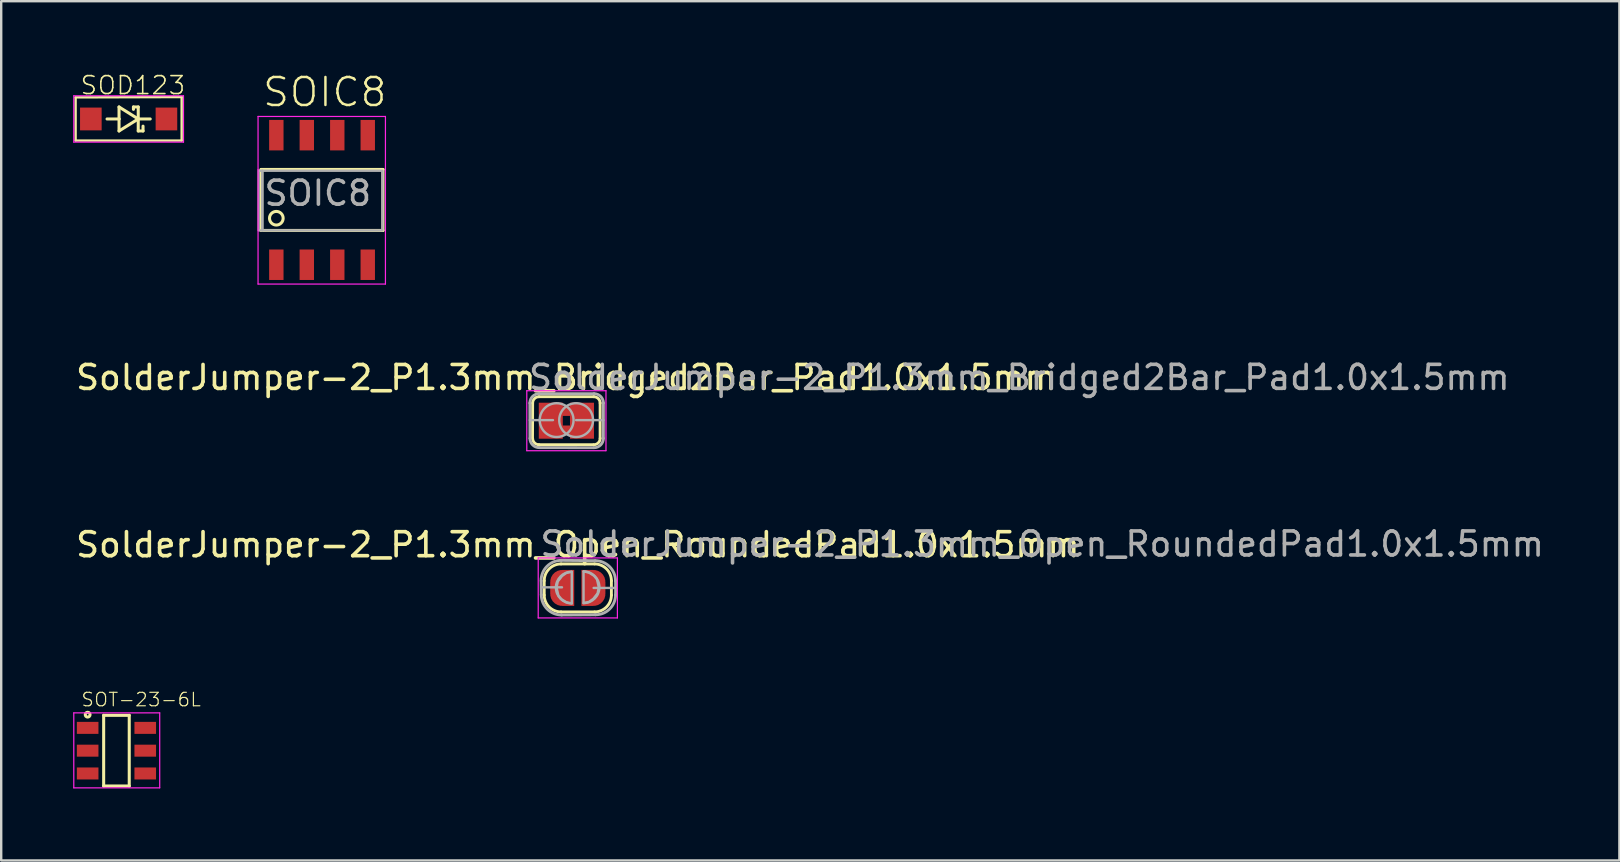
<source format=kicad_pcb>
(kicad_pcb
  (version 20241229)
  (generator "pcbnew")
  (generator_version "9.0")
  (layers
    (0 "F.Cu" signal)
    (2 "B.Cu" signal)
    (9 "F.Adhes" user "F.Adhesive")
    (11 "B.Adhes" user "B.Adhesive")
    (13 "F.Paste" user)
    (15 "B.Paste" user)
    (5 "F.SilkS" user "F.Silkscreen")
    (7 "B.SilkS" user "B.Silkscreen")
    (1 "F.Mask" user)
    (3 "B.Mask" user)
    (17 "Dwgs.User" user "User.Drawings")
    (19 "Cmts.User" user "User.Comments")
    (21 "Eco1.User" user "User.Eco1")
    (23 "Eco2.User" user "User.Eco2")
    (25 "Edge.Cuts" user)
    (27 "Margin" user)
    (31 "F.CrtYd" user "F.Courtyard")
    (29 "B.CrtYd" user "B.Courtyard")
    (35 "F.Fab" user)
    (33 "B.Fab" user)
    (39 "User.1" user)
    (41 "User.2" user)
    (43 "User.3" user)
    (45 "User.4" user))
  (footprint "SolderJumper-2_P1.3mm_Open_RoundedPad1.0x1.5mm"
    (layer "F.Cu")
    (at 21.03 21.452)
    (property "Reference" "SolderJumper-2_P1.3mm_Open_RoundedPad1.0x1.5mm" (at 0 -1.8 0) (layer "F.SilkS") (effects (font (size 1 1) (thickness 0.15))))
    (fp_poly (pts (xy -0.136 0.75) (xy -0.636 0.75) (xy -0.702 0.746) (xy -0.736 0.74) (xy -0.776 0.73) (xy -0.828 0.712) (xy -0.856 0.7) (xy -0.906 0.67) (xy -0.941 0.647) (xy -0.986 0.61) (xy -1.016 0.58) (xy -1.056 0.52) (xy -1.066 0.5) (xy -1.098 0.441) (xy -1.116 0.39) (xy -1.132 0.315) (xy -1.132 -0.315) (xy -1.086 -0.48) (xy -1.033 -0.554) (xy -0.956 -0.64) (xy -0.866 -0.7) (xy -0.766 -0.74) (xy -0.702 -0.746) (xy -0.636 -0.75) (xy -0.136 -0.75)) (stroke (width 0.1) (type solid)) (fill yes) (layer "F.Mask"))
    (fp_poly (pts (xy 0.15 -0.75) (xy 0.65 -0.75) (xy 0.715 -0.746) (xy 0.75 -0.74) (xy 0.79 -0.73) (xy 0.841 -0.712) (xy 0.87 -0.7) (xy 0.92 -0.67) (xy 0.954 -0.647) (xy 1 -0.61) (xy 1.03 -0.58) (xy 1.07 -0.52) (xy 1.08 -0.5) (xy 1.112 -0.441) (xy 1.13 -0.39) (xy 1.146 -0.315) (xy 1.146 0.315) (xy 1.1 0.48) (xy 1.047 0.554) (xy 0.97 0.64) (xy 0.88 0.7) (xy 0.78 0.74) (xy 0.715 0.746) (xy 0.65 0.75) (xy 0.15 0.75)) (stroke (width 0.1) (type solid)) (fill yes) (layer "F.Mask"))
    (fp_line (start -1.4 0.3) (end -1.4 -0.3) (stroke (width 0.12) (type solid)) (layer "F.SilkS"))
    (fp_line (start -0.7 -1) (end 0.7 -1) (stroke (width 0.12) (type solid)) (layer "F.SilkS"))
    (fp_line (start 0.7 1) (end -0.7 1) (stroke (width 0.12) (type solid)) (layer "F.SilkS"))
    (fp_line (start 1.4 -0.3) (end 1.4 0.3) (stroke (width 0.12) (type solid)) (layer "F.SilkS"))
    (fp_arc (start -1.4 -0.3) (mid -1.194975 -0.794975) (end -0.7 -1) (stroke (width 0.12) (type solid)) (layer "F.SilkS"))
    (fp_arc (start -0.7 1) (mid -1.194975 0.794975) (end -1.4 0.3) (stroke (width 0.12) (type solid)) (layer "F.SilkS"))
    (fp_arc (start 0.7 -1) (mid 1.194975 -0.794975) (end 1.4 -0.3) (stroke (width 0.12) (type solid)) (layer "F.SilkS"))
    (fp_arc (start 1.4 0.3) (mid 1.194975 0.794975) (end 0.7 1) (stroke (width 0.12) (type solid)) (layer "F.SilkS"))
    (fp_line (start -1.65 -1.25) (end -1.65 1.25) (stroke (width 0.05) (type solid)) (layer "F.CrtYd"))
    (fp_line (start -1.65 -1.25) (end 1.65 -1.25) (stroke (width 0.05) (type solid)) (layer "F.CrtYd"))
    (fp_line (start 1.65 1.25) (end -1.65 1.25) (stroke (width 0.05) (type solid)) (layer "F.CrtYd"))
    (fp_line (start 1.65 1.25) (end 1.65 -1.25) (stroke (width 0.05) (type solid)) (layer "F.CrtYd"))
    (fp_line (start -1.521 0.282) (end -1.527 -0.279) (stroke (width 0.12) (type solid)) (layer "F.Fab"))
    (fp_line (start -0.687 -1.149) (end 0.724 -1.136) (stroke (width 0.12) (type solid)) (layer "F.Fab"))
    (fp_line (start -0.66 -0.025) (end -1.524 -0.025) (stroke (width 0.1) (type default)) (layer "F.Fab"))
    (fp_line (start 0.66 0) (end 1.575 0) (stroke (width 0.1) (type default)) (layer "F.Fab"))
    (fp_line (start 0.742 1.118) (end -0.676 1.128) (stroke (width 0.12) (type solid)) (layer "F.Fab"))
    (fp_line (start 1.575 -0.3) (end 1.575 0.3) (stroke (width 0.12) (type solid)) (layer "F.Fab"))
    (fp_arc (start -1.529559 -0.306191) (mid -1.282835 -0.901835) (end -0.687191 -1.148559) (stroke (width 0.12) (type solid)) (layer "F.Fab"))
    (fp_arc (start -0.675776 1.128122) (mid -1.273951 0.88035) (end -1.521722 0.282175) (stroke (width 0.12) (type solid)) (layer "F.Fab"))
    (fp_arc (start -0.251069 0.645746) (mid -0.911469 -0.014654) (end -0.251069 -0.675054) (stroke (width 0.1) (type default)) (layer "F.Fab"))
    (fp_arc (start 0.239346 -0.688731) (mid 0.899746 -0.028331) (end 0.239346 0.632069) (stroke (width 0.1) (type default)) (layer "F.Fab"))
    (fp_arc (start 0.724225 -1.135597) (mid 1.323883 -0.887211) (end 1.572269 -0.287553) (stroke (width 0.12) (type solid)) (layer "F.Fab"))
    (fp_arc (start 1.5748 0.284721) (mid 1.330855 0.873655) (end 0.741921 1.1176) (stroke (width 0.12) (type solid)) (layer "F.Fab"))
    (fp_poly (pts (xy -0.251 0.646) (xy -0.251 -0.675) (xy -0.48 -0.624) (xy -0.657 -0.497) (xy -0.835 -0.269) (xy -0.886 -0.015) (xy -0.81 0.316) (xy -0.683 0.468) (xy -0.48 0.595)) (stroke (width 0.1) (type solid)) (fill no) (layer "F.Fab"))
    (fp_poly (pts (xy 0.239 -0.689) (xy 0.239 0.632) (xy 0.468 0.581) (xy 0.646 0.454) (xy 0.824 0.226) (xy 0.874 -0.028) (xy 0.798 -0.359) (xy 0.671 -0.511) (xy 0.468 -0.638)) (stroke (width 0.1) (type solid)) (fill no) (layer "F.Fab"))
    (fp_text user "${REFERENCE}" (at -1.651 -1.245 0) (unlocked yes) (layer "F.Fab") (effects (font (size 1 1) (thickness 0.15)) (justify left bottom)))
    (pad "1" smd custom (at -0.65 0) (size 1 0.5) (layers "F.Cu" "F.Mask") (options (anchor rect)) (primitives (gr_circle (center 0 0.25) (end 0.5 0.25) (width 0) (fill yes)) (gr_circle (center 0 -0.25) (end 0.5 -0.25) (width 0) (fill yes)) (gr_poly (pts (xy 0.5 0.75) (xy 0 0.75) (xy 0 -0.75) (xy 0.5 -0.75)) (width 0) (fill yes))))
    (pad "2" smd custom (at 0.65 0) (size 1 0.5) (layers "F.Cu" "F.Mask") (options (anchor rect)) (primitives (gr_circle (center 0 0.25) (end 0.5 0.25) (width 0) (fill yes)) (gr_circle (center 0 -0.25) (end 0.5 -0.25) (width 0) (fill yes)) (gr_poly (pts (xy 0 0.75) (xy -0.5 0.75) (xy -0.5 -0.75) (xy 0 -0.75)) (width 0) (fill yes)))))
  (footprint "SOT-23-6L"
    (layer "F.Cu")
    (at 1.803 28.234)
    (property "Reference" "SOT-23-6L" (at -1.5 -1.8 0) (unlocked yes) (layer "F.SilkS") (effects (font (size 0.561 0.561) (thickness 0.049)) (justify left bottom)))
    (fp_line (start -0.533 -1.473) (end -0.533 1.473) (stroke (width 0.127) (type solid)) (layer "F.SilkS"))
    (fp_line (start -0.533 1.473) (end 0.533 1.473) (stroke (width 0.127) (type solid)) (layer "F.SilkS"))
    (fp_line (start 0.533 -1.473) (end -0.533 -1.473) (stroke (width 0.127) (type solid)) (layer "F.SilkS"))
    (fp_line (start 0.533 1.473) (end 0.533 -1.473) (stroke (width 0.127) (type solid)) (layer "F.SilkS"))
    (fp_circle (center -1.2 -1.5) (end -1.1 -1.5) (stroke (width 0.127) (type solid)) (fill no) (layer "F.SilkS"))
    (fp_line (start -1.778 -1.575) (end 1.803 -1.575) (stroke (width 0.05) (type default)) (layer "F.CrtYd"))
    (fp_line (start -1.778 1.549) (end -1.778 -1.575) (stroke (width 0.05) (type default)) (layer "F.CrtYd"))
    (fp_line (start 1.803 -1.575) (end 1.803 1.549) (stroke (width 0.05) (type default)) (layer "F.CrtYd"))
    (fp_line (start 1.803 1.549) (end -1.778 1.549) (stroke (width 0.05) (type default)) (layer "F.CrtYd"))
    (pad "1" smd rect (at -1.2 -0.95) (size 0.9 0.5) (layers "F.Cu" "F.Mask" "F.Paste"))
    (pad "2" smd rect (at -1.2 0) (size 0.9 0.5) (layers "F.Cu" "F.Mask" "F.Paste"))
    (pad "3" smd rect (at -1.2 0.95) (size 0.9 0.5) (layers "F.Cu" "F.Mask" "F.Paste"))
    (pad "4" smd rect (at 1.2 0.95) (size 0.9 0.5) (layers "F.Cu" "F.Mask" "F.Paste"))
    (pad "5" smd rect (at 1.2 0) (size 0.9 0.5) (layers "F.Cu" "F.Mask" "F.Paste"))
    (pad "6" smd rect (at 1.2 -0.95) (size 0.9 0.5) (layers "F.Cu" "F.Mask" "F.Paste")))
  (footprint "SolderJumper-2_P1.3mm_Bridged2Bar_Pad1.0x1.5mm"
    (layer "F.Cu")
    (at 20.554 14.483)
    (property "Reference" "SolderJumper-2_P1.3mm_Bridged2Bar_Pad1.0x1.5mm" (at 0 -1.8 0) (layer "F.SilkS") (effects (font (size 1 1) (thickness 0.15))))
    (attr allow_soldermask_bridges)
    (fp_poly (pts (xy -0.25 -0.6) (xy 0.25 -0.6) (xy 0.25 -0.2) (xy -0.25 -0.2)) (stroke (width 0) (type solid)) (fill yes) (layer "F.Cu"))
    (fp_poly (pts (xy -0.25 0.2) (xy 0.25 0.2) (xy 0.25 0.6) (xy -0.25 0.6)) (stroke (width 0) (type solid)) (fill yes) (layer "F.Cu"))
    (fp_rect (start -0.15 -0.75) (end 0.15 0.75) (stroke (width 0) (type default)) (fill yes) (layer "F.Mask"))
    (fp_line (start -1.411 0.737) (end -1.406 -0.737) (stroke (width 0.12) (type solid)) (layer "F.SilkS"))
    (fp_line (start -1.143 -1) (end 1.143 -1) (stroke (width 0.12) (type solid)) (layer "F.SilkS"))
    (fp_line (start 1.118 1) (end -1.143 1) (stroke (width 0.12) (type solid)) (layer "F.SilkS"))
    (fp_line (start 1.406 -0.737) (end 1.406 0.737) (stroke (width 0.12) (type solid)) (layer "F.SilkS"))
    (fp_arc (start -1.4064 -0.7366) (mid -1.329252 -0.922852) (end -1.143 -1) (stroke (width 0.12) (type solid)) (layer "F.SilkS"))
    (fp_arc (start -1.143 1) (mid -1.329252 0.922852) (end -1.4064 0.7366) (stroke (width 0.12) (type solid)) (layer "F.SilkS"))
    (fp_arc (start 1.143 -1) (mid 1.329252 -0.922852) (end 1.4064 -0.7366) (stroke (width 0.12) (type solid)) (layer "F.SilkS"))
    (fp_arc (start 1.4064 0.7366) (mid 1.329252 0.922852) (end 1.143 1) (stroke (width 0.12) (type solid)) (layer "F.SilkS"))
    (fp_line (start -1.65 -1.25) (end -1.65 1.25) (stroke (width 0.05) (type solid)) (layer "F.CrtYd"))
    (fp_line (start -1.65 -1.25) (end 1.65 -1.25) (stroke (width 0.05) (type solid)) (layer "F.CrtYd"))
    (fp_line (start 1.65 1.25) (end -1.65 1.25) (stroke (width 0.05) (type solid)) (layer "F.CrtYd"))
    (fp_line (start 1.65 1.25) (end 1.65 -1.25) (stroke (width 0.05) (type solid)) (layer "F.CrtYd"))
    (fp_line (start -1.518 0.737) (end -1.522 -0.737) (stroke (width 0.12) (type solid)) (layer "F.Fab"))
    (fp_line (start -1.134 -1.125) (end 1.152 -1.126) (stroke (width 0.12) (type solid)) (layer "F.Fab"))
    (fp_line (start -0.559 -0.025) (end -1.524 -0.025) (stroke (width 0.1) (type default)) (layer "F.Fab"))
    (fp_line (start 0.406 -0.025) (end 1.541 -0.025) (stroke (width 0.1) (type default)) (layer "F.Fab"))
    (fp_line (start 1.13 1.125) (end -1.134 1.121) (stroke (width 0.12) (type solid)) (layer "F.Fab"))
    (fp_line (start 1.542 -0.737) (end 1.541 0.737) (stroke (width 0.12) (type solid)) (layer "F.Fab"))
    (fp_arc (start -1.522161 -0.7366) (mid -1.408354 -1.011354) (end -1.1336 -1.125161) (stroke (width 0.12) (type solid)) (layer "F.Fab"))
    (fp_arc (start -1.1336 1.121206) (mid -1.405558 1.008558) (end -1.518206 0.7366) (stroke (width 0.12) (type solid)) (layer "F.Fab"))
    (fp_arc (start 1.1524 -1.126186) (mid 1.427879 -1.012079) (end 1.541986 -0.7366) (stroke (width 0.12) (type solid)) (layer "F.Fab"))
    (fp_arc (start 1.540941 0.7366) (mid 1.42714 1.01134) (end 1.1524 1.125141) (stroke (width 0.12) (type solid)) (layer "F.Fab"))
    (fp_circle (center -0.406 -0.025) (end -1.041 -0.33) (stroke (width 0.1) (type solid)) (fill no) (layer "F.Fab"))
    (fp_circle (center 0.406 -0.025) (end -0.229 -0.33) (stroke (width 0.1) (type solid)) (fill no) (layer "F.Fab"))
    (fp_text user "${REFERENCE}" (at -1.651 -1.219 0) (unlocked yes) (layer "F.Fab") (effects (font (size 1 1) (thickness 0.15)) (justify left bottom)))
    (pad "1" smd rect (at -0.65 0) (size 1 1.5) (layers "F.Cu" "F.Mask"))
    (pad "2" smd rect (at 0.65 0) (size 1 1.5) (layers "F.Cu" "F.Mask")))
  (footprint "SOD123"
    (layer "F.Cu")
    (at 2.311 1.908)
    (property "Reference" "SOD123" (at -2.057 -0.965 0) (unlocked yes) (layer "F.SilkS") (effects (font (size 0.748 0.748) (thickness 0.065)) (justify left bottom)))
    (fp_line (start -2.21 0.9) (end -2.21 -0.9) (stroke (width 0.1) (type default)) (layer "F.SilkS"))
    (fp_line (start -2.21 0.9) (end 2.21 0.9) (stroke (width 0.1) (type solid)) (layer "F.SilkS"))
    (fp_line (start -2.21 -0.9) (end 2.21 -0.914) (stroke (width 0.1) (type solid)) (layer "F.SilkS"))
    (fp_line (start -0.4 -0.5) (end -0.4 0) (stroke (width 0.127) (type solid)) (layer "F.SilkS"))
    (fp_line (start -0.4 0) (end -0.9 0) (stroke (width 0.127) (type solid)) (layer "F.SilkS"))
    (fp_line (start -0.4 0) (end -0.4 0.5) (stroke (width 0.127) (type solid)) (layer "F.SilkS"))
    (fp_line (start -0.4 0.5) (end 0.4 0) (stroke (width 0.127) (type solid)) (layer "F.SilkS"))
    (fp_line (start 0.2 -0.5) (end 0.4 -0.5) (stroke (width 0.127) (type solid)) (layer "F.SilkS"))
    (fp_line (start 0.2 -0.4) (end 0.2 -0.5) (stroke (width 0.127) (type solid)) (layer "F.SilkS"))
    (fp_line (start 0.4 -0.5) (end 0.4 0) (stroke (width 0.127) (type solid)) (layer "F.SilkS"))
    (fp_line (start 0.4 0) (end -0.4 -0.5) (stroke (width 0.127) (type solid)) (layer "F.SilkS"))
    (fp_line (start 0.4 0) (end 0.4 0.5) (stroke (width 0.127) (type solid)) (layer "F.SilkS"))
    (fp_line (start 0.4 0) (end 0.9 0) (stroke (width 0.127) (type solid)) (layer "F.SilkS"))
    (fp_line (start 0.4 0.5) (end 0.6 0.5) (stroke (width 0.127) (type solid)) (layer "F.SilkS"))
    (fp_line (start 0.6 0.5) (end 0.6 0.3) (stroke (width 0.127) (type solid)) (layer "F.SilkS"))
    (fp_line (start 2.21 -0.914) (end 2.21 0.9) (stroke (width 0.1) (type default)) (layer "F.SilkS"))
    (fp_line (start -2.286 -0.965) (end -2.286 0.965) (stroke (width 0.05) (type default)) (layer "F.CrtYd"))
    (fp_line (start -2.286 -0.965) (end 2.286 -0.965) (stroke (width 0.05) (type default)) (layer "F.CrtYd"))
    (fp_line (start 2.286 -0.965) (end 2.286 0.965) (stroke (width 0.05) (type default)) (layer "F.CrtYd"))
    (fp_line (start 2.286 0.965) (end -2.286 0.965) (stroke (width 0.05) (type default)) (layer "F.CrtYd"))
    (pad "1" smd rect (at -1.575 0) (size 0.9 0.95) (layers "F.Cu" "F.Mask" "F.Paste"))
    (pad "2" smd rect (at 1.575 0) (size 0.9 0.95) (layers "F.Cu" "F.Mask" "F.Paste")))
  (footprint "SOIC8"
    (layer "F.Cu")
    (at 10.371 5.283)
    (property "Reference" "SOIC8" (at -2.54 -3.81 0) (unlocked yes) (layer "F.SilkS") (effects (font (size 1.168 1.168) (thickness 0.102)) (justify left bottom)))
    (attr smd)
    (fp_line (start -2.54 -1.27) (end -2.54 1.27) (stroke (width 0.127) (type solid)) (layer "F.SilkS"))
    (fp_line (start -2.54 1.27) (end 2.54 1.27) (stroke (width 0.127) (type solid)) (layer "F.SilkS"))
    (fp_line (start 2.54 -1.27) (end -2.54 -1.27) (stroke (width 0.127) (type solid)) (layer "F.SilkS"))
    (fp_line (start 2.54 1.27) (end 2.54 -1.27) (stroke (width 0.127) (type solid)) (layer "F.SilkS"))
    (fp_circle (center -1.905 0.762) (end -1.621 0.762) (stroke (width 0.127) (type solid)) (fill no) (layer "F.SilkS"))
    (fp_line (start -2.667 -3.48) (end 2.642 -3.48) (stroke (width 0.05) (type default)) (layer "F.CrtYd"))
    (fp_line (start -2.667 -1.27) (end -2.667 -3.48) (stroke (width 0.05) (type default)) (layer "F.CrtYd"))
    (fp_line (start -2.667 3.505) (end -2.667 -1.27) (stroke (width 0.05) (type default)) (layer "F.CrtYd"))
    (fp_line (start 2.642 -3.48) (end 2.642 3.505) (stroke (width 0.05) (type default)) (layer "F.CrtYd"))
    (fp_line (start 2.642 3.505) (end -2.667 3.505) (stroke (width 0.05) (type default)) (layer "F.CrtYd"))
    (fp_rect (start -2.642 -1.219) (end -2.489 1.27) (stroke (width 0.1) (type solid)) (fill no) (layer "F.Fab"))
    (fp_rect (start -2.489 -1.219) (end 2.515 1.27) (stroke (width 0.1) (type default)) (fill no) (layer "F.Fab"))
    (fp_text user "${REFERENCE}" (at -2.489 0.305 0) (unlocked yes) (layer "F.Fab") (effects (font (size 1 1) (thickness 0.15)) (justify left bottom)))
    (pad "1" smd rect (at -1.905 2.7 90) (size 1.27 0.6) (layers "F.Cu" "F.Mask" "F.Paste"))
    (pad "2" smd rect (at -0.635 2.7 90) (size 1.27 0.6) (layers "F.Cu" "F.Mask" "F.Paste"))
    (pad "3" smd rect (at 0.635 2.7 90) (size 1.27 0.6) (layers "F.Cu" "F.Mask" "F.Paste"))
    (pad "4" smd rect (at 1.905 2.7 90) (size 1.27 0.6) (layers "F.Cu" "F.Mask" "F.Paste"))
    (pad "5" smd rect (at 1.905 -2.7 90) (size 1.27 0.6) (layers "F.Cu" "F.Mask" "F.Paste"))
    (pad "6" smd rect (at 0.635 -2.7 90) (size 1.27 0.6) (layers "F.Cu" "F.Mask" "F.Paste"))
    (pad "7" smd rect (at -0.635 -2.7 90) (size 1.27 0.6) (layers "F.Cu" "F.Mask" "F.Paste"))
    (pad "8" smd rect (at -1.905 -2.7 90) (size 1.27 0.6) (layers "F.Cu" "F.Mask" "F.Paste")))
  (gr_rect
    (start -3 -3)
    (end 64.438 32.809)
    (stroke (width 0.1) (type default))
    (fill no)
    (layer "Edge.Cuts")))
</source>
